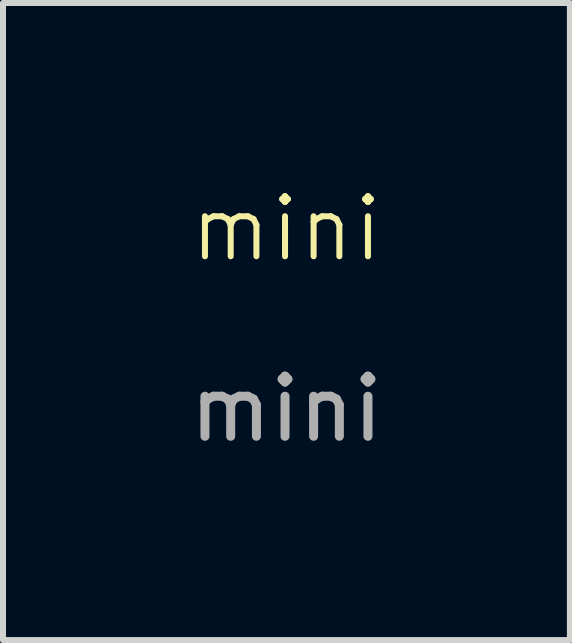
<source format=kicad_pcb>
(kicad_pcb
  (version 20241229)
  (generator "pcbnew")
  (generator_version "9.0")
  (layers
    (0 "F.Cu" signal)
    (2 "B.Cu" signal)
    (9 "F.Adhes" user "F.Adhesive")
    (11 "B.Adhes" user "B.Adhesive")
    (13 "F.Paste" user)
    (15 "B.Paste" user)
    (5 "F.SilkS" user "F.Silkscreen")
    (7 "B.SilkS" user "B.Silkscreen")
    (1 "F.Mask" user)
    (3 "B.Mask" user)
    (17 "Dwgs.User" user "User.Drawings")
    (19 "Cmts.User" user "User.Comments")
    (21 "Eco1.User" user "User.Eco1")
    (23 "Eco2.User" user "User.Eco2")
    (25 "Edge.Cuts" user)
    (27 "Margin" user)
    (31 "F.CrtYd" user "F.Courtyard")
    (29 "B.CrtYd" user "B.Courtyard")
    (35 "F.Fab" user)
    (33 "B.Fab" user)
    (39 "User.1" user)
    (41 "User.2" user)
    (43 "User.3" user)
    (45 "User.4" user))
  (footprint "mini"
    (layer "F.Cu")
    (at 1.72 1.26)
    (property "Reference" "mini" (at 0 -0.5 0) (unlocked yes) (layer "F.SilkS") (effects (font (size 1 1) (thickness 0.1))))
    (attr through_hole)
    (fp_text user "${REFERENCE}" (at 0 2.5 0) (unlocked yes) (layer "F.Fab") (effects (font (size 1 1) (thickness 0.15)))))
  (gr_rect
    (start -3 -3)
    (end 6.44 7.609)
    (stroke (width 0.1) (type default))
    (fill no)
    (layer "Edge.Cuts")))
</source>
